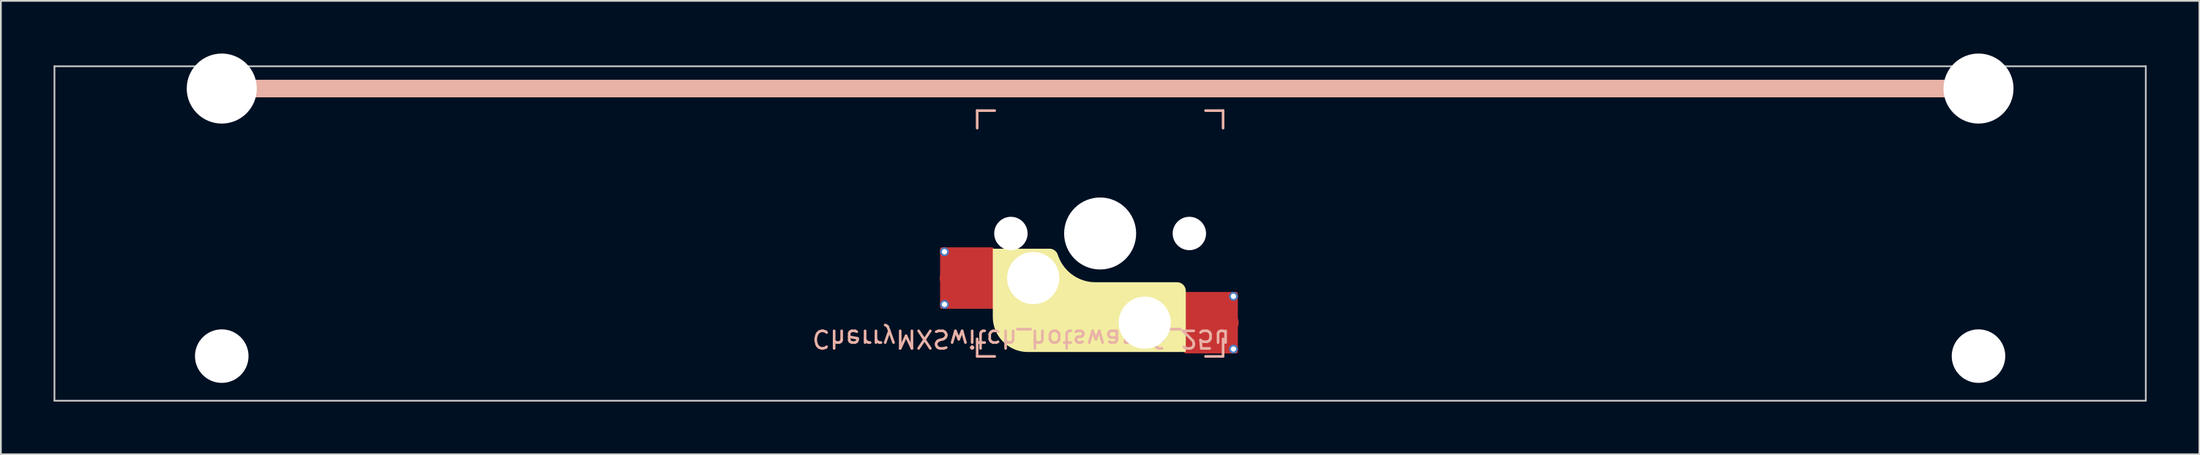
<source format=kicad_pcb>
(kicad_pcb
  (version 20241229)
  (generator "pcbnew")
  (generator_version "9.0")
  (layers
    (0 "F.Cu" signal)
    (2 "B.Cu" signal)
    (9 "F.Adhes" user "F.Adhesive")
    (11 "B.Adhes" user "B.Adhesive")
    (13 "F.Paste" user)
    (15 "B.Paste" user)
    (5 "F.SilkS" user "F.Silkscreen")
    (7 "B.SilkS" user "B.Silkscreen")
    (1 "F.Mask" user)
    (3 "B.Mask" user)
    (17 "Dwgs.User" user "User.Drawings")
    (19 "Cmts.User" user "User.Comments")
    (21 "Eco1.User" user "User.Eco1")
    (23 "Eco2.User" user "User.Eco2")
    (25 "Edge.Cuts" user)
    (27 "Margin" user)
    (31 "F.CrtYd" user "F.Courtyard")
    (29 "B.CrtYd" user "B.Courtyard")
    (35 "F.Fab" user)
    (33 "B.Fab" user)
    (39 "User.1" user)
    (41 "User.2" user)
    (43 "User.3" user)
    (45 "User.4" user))
  (footprint "CherryMXSwitch_hotswap_6_25u"
    (layer "F.Cu")
    (at 59.581 10.249)
    (property "Reference" "CherryMXSwitch_hotswap_6_25u" (at -4.5 6 180) (unlocked yes) (layer "B.SilkS") (effects (font (size 1 1) (thickness 0.15)) (justify mirror)))
    (attr smd)
    (fp_poly (pts (xy 4.877 3.276) (xy 4.876 3.252) (xy 4.875 3.227) (xy 4.872 3.203) (xy 4.867 3.178) (xy 4.862 3.154) (xy 4.855 3.131) (xy 4.848 3.108) (xy 4.839 3.085) (xy 4.829 3.063) (xy 4.818 3.041) (xy 4.806 3.02) (xy 4.793 2.999) (xy 4.779 2.979) (xy 4.764 2.959) (xy 4.748 2.941) (xy 4.731 2.923) (xy 4.713 2.906) (xy 4.694 2.89) (xy 4.675 2.874) (xy 4.654 2.86) (xy 4.634 2.847) (xy 4.612 2.835) (xy 4.591 2.824) (xy 4.568 2.814) (xy 4.546 2.806) (xy 4.522 2.798) (xy 4.499 2.791) (xy 4.475 2.786) (xy 4.451 2.782) (xy 4.426 2.779) (xy 4.402 2.777) (xy 4.377 2.776) (xy -0.266 2.776) (xy -0.442 2.769) (xy -0.615 2.749) (xy -0.784 2.716) (xy -0.95 2.67) (xy -1.11 2.612) (xy -1.265 2.542) (xy -1.414 2.461) (xy -1.556 2.369) (xy -1.691 2.267) (xy -1.818 2.155) (xy -1.937 2.033) (xy -2.046 1.902) (xy -2.146 1.763) (xy -2.235 1.615) (xy -2.313 1.459) (xy -2.38 1.296) (xy -2.417 1.195) (xy -2.424 1.176) (xy -2.432 1.158) (xy -2.44 1.141) (xy -2.449 1.124) (xy -2.459 1.107) (xy -2.469 1.091) (xy -2.48 1.075) (xy -2.491 1.06) (xy -2.503 1.045) (xy -2.515 1.031) (xy -2.528 1.017) (xy -2.542 1.004) (xy -2.556 0.991) (xy -2.57 0.979) (xy -2.585 0.967) (xy -2.6 0.956) (xy -2.615 0.945) (xy -2.631 0.936) (xy -2.648 0.926) (xy -2.665 0.918) (xy -2.682 0.91) (xy -2.699 0.902) (xy -2.717 0.895) (xy -2.735 0.889) (xy -2.753 0.884) (xy -2.771 0.879) (xy -2.79 0.875) (xy -2.809 0.872) (xy -2.828 0.869) (xy -2.848 0.867) (xy -2.867 0.866) (xy -2.887 0.866) (xy -6.11 0.866) (xy -6.11 4.75) (xy -6.107 4.853) (xy -6.1 4.954) (xy -6.087 5.055) (xy -6.069 5.153) (xy -6.047 5.25) (xy -6.02 5.345) (xy -5.989 5.438) (xy -5.953 5.528) (xy -5.913 5.617) (xy -5.869 5.703) (xy -5.82 5.787) (xy -5.768 5.868) (xy -5.713 5.947) (xy -5.653 6.022) (xy -5.59 6.095) (xy -5.524 6.164) (xy -5.455 6.23) (xy -5.382 6.293) (xy -5.307 6.353) (xy -5.228 6.408) (xy -5.147 6.46) (xy -5.063 6.509) (xy -4.977 6.553) (xy -4.888 6.593) (xy -4.798 6.629) (xy -4.705 6.66) (xy -4.61 6.687) (xy -4.513 6.709) (xy -4.415 6.727) (xy -4.314 6.74) (xy -4.213 6.747) (xy -4.11 6.75) (xy 4.877 6.75)) (stroke (width 0) (type solid)) (fill yes) (layer "F.SilkS"))
    (fp_line (start -50.006 -8.255) (end 50.006 -8.255) (stroke (width 1) (type solid)) (layer "B.SilkS"))
    (fp_line (start -7 -7) (end -6 -7) (stroke (width 0.15) (type solid)) (layer "B.SilkS"))
    (fp_line (start -7 -6) (end -7 -7) (stroke (width 0.15) (type solid)) (layer "B.SilkS"))
    (fp_line (start -7 6) (end -7 7) (stroke (width 0.15) (type solid)) (layer "B.SilkS"))
    (fp_line (start -7 7) (end -6 7) (stroke (width 0.15) (type solid)) (layer "B.SilkS"))
    (fp_line (start 6 -7) (end 7 -7) (stroke (width 0.15) (type solid)) (layer "B.SilkS"))
    (fp_line (start 7 -7) (end 7 -6) (stroke (width 0.15) (type solid)) (layer "B.SilkS"))
    (fp_line (start 7 7) (end 6 7) (stroke (width 0.15) (type solid)) (layer "B.SilkS"))
    (fp_line (start 7 7) (end 7 6) (stroke (width 0.15) (type solid)) (layer "B.SilkS"))
    (fp_line (start -59.531 -9.525) (end -59.531 9.525) (stroke (width 0.1) (type solid)) (layer "Dwgs.User"))
    (fp_line (start -59.531 9.525) (end 59.531 9.525) (stroke (width 0.1) (type solid)) (layer "Dwgs.User"))
    (fp_line (start 59.531 -9.525) (end -59.531 -9.525) (stroke (width 0.1) (type solid)) (layer "Dwgs.User"))
    (fp_line (start 59.531 9.525) (end 59.531 -9.525) (stroke (width 0.1) (type solid)) (layer "Dwgs.User"))
    (fp_line (start -7 -7) (end -7 7) (stroke (width 0.1) (type solid)) (layer "Eco1.User"))
    (fp_line (start -7 7) (end 7 7) (stroke (width 0.1) (type solid)) (layer "Eco1.User"))
    (fp_line (start 7 -7) (end -7 -7) (stroke (width 0.1) (type solid)) (layer "Eco1.User"))
    (fp_line (start 7 7) (end 7 -7) (stroke (width 0.1) (type solid)) (layer "Eco1.User"))
    (fp_rect (start 1.75 -3.25) (end -1.75 -6.35) (stroke (width 0.1) (type solid)) (fill no) (layer "Eco1.User"))
    (fp_line (start 0 0) (end 0 -4.8) (stroke (width 0.1) (type solid)) (layer "Eco2.User"))
    (fp_line (start 0 0) (end 8.262 0) (stroke (width 0.1) (type solid)) (layer "Eco2.User"))
    (pad "" np_thru_hole circle (at -50.006 -8.255 180) (size 3.988 3.988) (drill 3.988) (layers "*.Cu" "*.Mask"))
    (pad "" np_thru_hole circle (at -50.006 6.985 180) (size 3.048 3.048) (drill 3.048) (layers "*.Cu" "*.Mask"))
    (pad "" np_thru_hole circle (at -5.08 0) (size 1.9 1.9) (drill 1.9) (layers "*.Cu" "*.Mask"))
    (pad "" np_thru_hole circle (at -3.81 2.54) (size 3 3) (drill 2.97) (layers "*.Cu" "*.Mask"))
    (pad "" np_thru_hole circle (at 0 0 270) (size 4.1 4.1) (drill 4.1) (layers "*.Cu" "*.Mask"))
    (pad "" np_thru_hole circle (at 2.54 5.08) (size 3 3) (drill 2.97) (layers "*.Cu" "*.Mask"))
    (pad "" np_thru_hole circle (at 5.08 0) (size 1.9 1.9) (drill 1.9) (layers "*.Cu" "*.Mask"))
    (pad "" np_thru_hole circle (at 50.006 -8.255 180) (size 3.988 3.988) (drill 3.988) (layers "*.Cu" "*.Mask"))
    (pad "" np_thru_hole circle (at 50.006 6.985 180) (size 3.048 3.048) (drill 3.048) (layers "*.Cu" "*.Mask"))
    (pad "1" thru_hole circle (at -8.86 1.04) (size 0.5 0.5) (drill 0.3) (layers "*.Cu" "B.Mask"))
    (pad "1" thru_hole circle (at -8.86 4.04) (size 0.5 0.5) (drill 0.3) (layers "*.Cu" "B.Mask"))
    (pad "1" smd circle (at -8.635 2.54 180) (size 1 1) (layers "F.Cu" "F.Mask" "F.Paste"))
    (pad "1" smd roundrect (at -7.585 2.54 180) (size 3.05 3.5) (layers "F.Cu") (roundrect_rratio 0.029))
    (pad "1" smd roundrect (at -7.385 2.54 180) (size 2.55 2.5) (layers "F.Cu" "F.Mask" "F.Paste") (roundrect_rratio 0.1))
    (pad "2" smd roundrect (at 6.115 5.08) (size 2.55 2.5) (layers "F.Cu" "F.Mask" "F.Paste") (roundrect_rratio 0.1))
    (pad "2" smd roundrect (at 6.315 5.08) (size 3.05 3.5) (layers "F.Cu") (roundrect_rratio 0.029))
    (pad "2" smd circle (at 7.39 5.08 180) (size 1 1) (layers "F.Cu" "F.Mask" "F.Paste"))
    (pad "2" thru_hole circle (at 7.59 3.58 180) (size 0.5 0.5) (drill 0.3) (layers "*.Cu" "B.Mask"))
    (pad "2" thru_hole circle (at 7.59 6.58 180) (size 0.5 0.5) (drill 0.3) (layers "*.Cu" "B.Mask")))
  (gr_rect
    (start -3 -3)
    (end 122.162 22.824)
    (stroke (width 0.1) (type default))
    (fill no)
    (layer "Edge.Cuts")))
</source>
